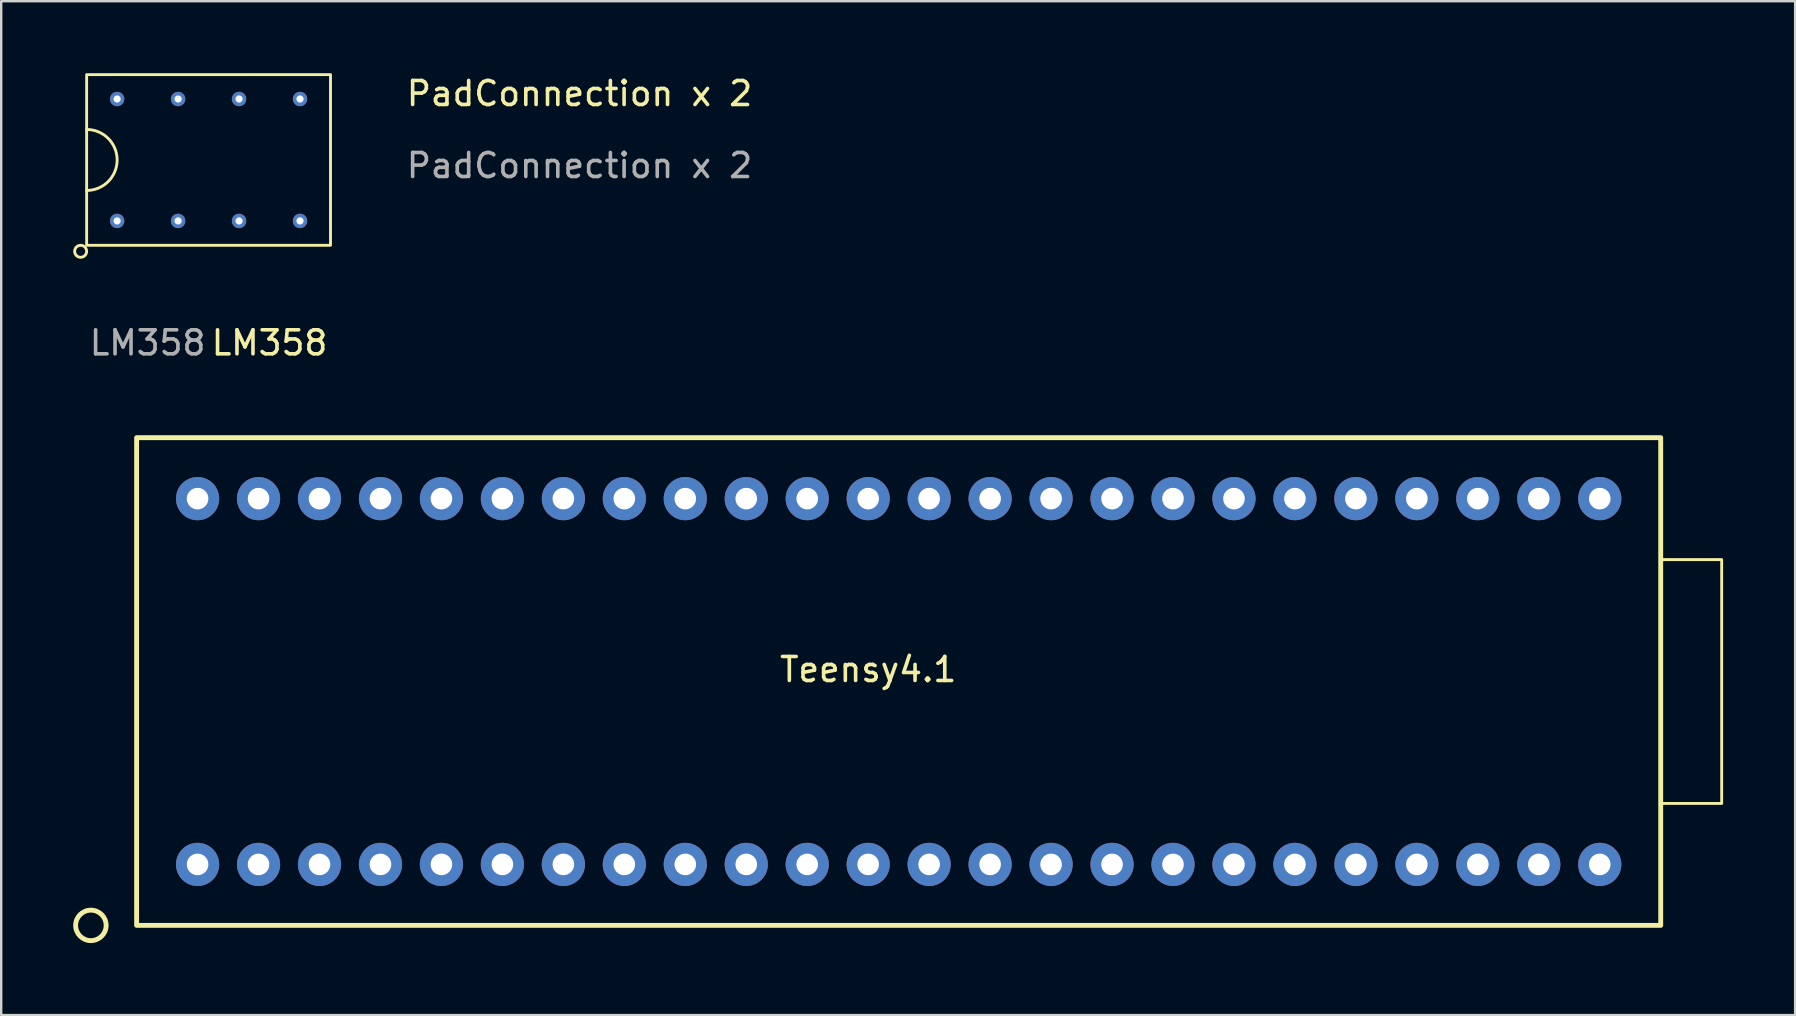
<source format=kicad_pcb>
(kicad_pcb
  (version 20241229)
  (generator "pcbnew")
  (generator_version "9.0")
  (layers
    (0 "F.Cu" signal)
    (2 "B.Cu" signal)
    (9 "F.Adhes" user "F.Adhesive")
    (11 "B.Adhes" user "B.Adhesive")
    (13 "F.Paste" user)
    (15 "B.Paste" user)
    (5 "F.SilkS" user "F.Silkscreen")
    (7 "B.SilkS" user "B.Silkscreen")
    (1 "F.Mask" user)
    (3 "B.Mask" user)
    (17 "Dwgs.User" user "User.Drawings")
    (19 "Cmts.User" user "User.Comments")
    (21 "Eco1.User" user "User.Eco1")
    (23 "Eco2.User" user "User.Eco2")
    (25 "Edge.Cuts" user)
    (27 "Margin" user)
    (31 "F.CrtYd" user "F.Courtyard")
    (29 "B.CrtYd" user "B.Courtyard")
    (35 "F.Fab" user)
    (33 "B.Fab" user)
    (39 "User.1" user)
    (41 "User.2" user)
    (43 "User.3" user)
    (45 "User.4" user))
  (footprint "PadConnection x 2"
    (layer "F.Cu")
    (at 21.095 1.348)
    (property "Reference" "PadConnection x 2" (at 0 -0.5 0) (unlocked yes) (layer "F.SilkS") (effects (font (size 1 1) (thickness 0.15))))
    (attr through_hole)
    (fp_text user "${REFERENCE}" (at 0 2.5 0) (unlocked yes) (layer "F.Fab") (effects (font (size 1 1) (thickness 0.15)))))
  (footprint "Teensy4.1"
    (layer "F.Cu")
    (at 34.392 25.345)
    (property "Reference" "Teensy4.1" (at -1.27 -0.5 0) (unlocked yes) (layer "F.SilkS") (effects (font (size 1 1) (thickness 0.15))))
    (attr through_hole)
    (fp_rect (start -31.75 10.16) (end 31.75 -10.16) (stroke (width 0.203) (type solid)) (fill no) (layer "F.SilkS"))
    (fp_rect (start 31.75 5.08) (end 34.29 -5.08) (stroke (width 0.12) (type solid)) (fill no) (layer "F.SilkS"))
    (fp_circle (center -33.655 10.16) (end -33.02 10.16) (stroke (width 0.203) (type solid)) (fill no) (layer "F.SilkS"))
    (pad "0" thru_hole circle (at -26.67 7.62) (size 1.8 1.8) (drill 0.9) (layers "*.Cu" "*.Mask"))
    (pad "1" thru_hole circle (at -24.13 7.62) (size 1.8 1.8) (drill 0.9) (layers "*.Cu" "*.Mask"))
    (pad "2" thru_hole circle (at -21.59 7.62) (size 1.8 1.8) (drill 0.9) (layers "*.Cu" "*.Mask"))
    (pad "3" thru_hole circle (at -19.05 7.62) (size 1.8 1.8) (drill 0.9) (layers "*.Cu" "*.Mask"))
    (pad "4" thru_hole circle (at -16.51 7.62) (size 1.8 1.8) (drill 0.9) (layers "*.Cu" "*.Mask"))
    (pad "5" thru_hole circle (at -13.97 7.62) (size 1.8 1.8) (drill 0.9) (layers "*.Cu" "*.Mask"))
    (pad "6" thru_hole circle (at -11.43 7.62) (size 1.8 1.8) (drill 0.9) (layers "*.Cu" "*.Mask"))
    (pad "7" thru_hole circle (at -8.89 7.62) (size 1.8 1.8) (drill 0.9) (layers "*.Cu" "*.Mask"))
    (pad "8" thru_hole circle (at -6.35 7.62) (size 1.8 1.8) (drill 0.9) (layers "*.Cu" "*.Mask"))
    (pad "9" thru_hole circle (at -3.81 7.62) (size 1.8 1.8) (drill 0.9) (layers "*.Cu" "*.Mask"))
    (pad "10" thru_hole circle (at -1.27 7.62) (size 1.8 1.8) (drill 0.9) (layers "*.Cu" "*.Mask"))
    (pad "11" thru_hole circle (at 1.27 7.62) (size 1.8 1.8) (drill 0.9) (layers "*.Cu" "*.Mask"))
    (pad "12" thru_hole circle (at 3.81 7.62) (size 1.8 1.8) (drill 0.9) (layers "*.Cu" "*.Mask"))
    (pad "13" thru_hole circle (at 3.81 -7.62) (size 1.8 1.8) (drill 0.9) (layers "*.Cu" "*.Mask"))
    (pad "14" thru_hole circle (at 1.27 -7.62) (size 1.8 1.8) (drill 0.9) (layers "*.Cu" "*.Mask"))
    (pad "15" thru_hole circle (at -1.27 -7.62) (size 1.8 1.8) (drill 0.9) (layers "*.Cu" "*.Mask"))
    (pad "16" thru_hole circle (at -3.81 -7.62) (size 1.8 1.8) (drill 0.9) (layers "*.Cu" "*.Mask"))
    (pad "17" thru_hole circle (at -6.35 -7.62) (size 1.8 1.8) (drill 0.9) (layers "*.Cu" "*.Mask"))
    (pad "18" thru_hole circle (at -8.89 -7.62) (size 1.8 1.8) (drill 0.9) (layers "*.Cu" "*.Mask"))
    (pad "19" thru_hole circle (at -11.43 -7.62) (size 1.8 1.8) (drill 0.9) (layers "*.Cu" "*.Mask"))
    (pad "20" thru_hole circle (at -13.97 -7.62) (size 1.8 1.8) (drill 0.9) (layers "*.Cu" "*.Mask"))
    (pad "21" thru_hole circle (at -16.51 -7.62) (size 1.8 1.8) (drill 0.9) (layers "*.Cu" "*.Mask"))
    (pad "22" thru_hole circle (at -19.05 -7.62) (size 1.8 1.8) (drill 0.9) (layers "*.Cu" "*.Mask"))
    (pad "23" thru_hole circle (at -21.59 -7.62) (size 1.8 1.8) (drill 0.9) (layers "*.Cu" "*.Mask"))
    (pad "24" thru_hole circle (at 8.89 7.62) (size 1.8 1.8) (drill 0.9) (layers "*.Cu" "*.Mask"))
    (pad "25" thru_hole circle (at 11.43 7.62) (size 1.8 1.8) (drill 0.9) (layers "*.Cu" "*.Mask"))
    (pad "26" thru_hole circle (at 13.97 7.62) (size 1.8 1.8) (drill 0.9) (layers "*.Cu" "*.Mask"))
    (pad "27" thru_hole circle (at 16.51 7.62) (size 1.8 1.8) (drill 0.9) (layers "*.Cu" "*.Mask"))
    (pad "28" thru_hole circle (at 19.05 7.62) (size 1.8 1.8) (drill 0.9) (layers "*.Cu" "*.Mask"))
    (pad "29" thru_hole circle (at 21.59 7.62) (size 1.8 1.8) (drill 0.9) (layers "*.Cu" "*.Mask"))
    (pad "30" thru_hole circle (at 24.13 7.62) (size 1.8 1.8) (drill 0.9) (layers "*.Cu" "*.Mask"))
    (pad "31" thru_hole circle (at 26.67 7.62) (size 1.8 1.8) (drill 0.9) (layers "*.Cu" "*.Mask"))
    (pad "32" thru_hole circle (at 29.21 7.62) (size 1.8 1.8) (drill 0.9) (layers "*.Cu" "*.Mask"))
    (pad "33" thru_hole circle (at 29.21 -7.62) (size 1.8 1.8) (drill 0.9) (layers "*.Cu" "*.Mask"))
    (pad "34" thru_hole circle (at 26.67 -7.62) (size 1.8 1.8) (drill 0.9) (layers "*.Cu" "*.Mask"))
    (pad "35" thru_hole circle (at 24.13 -7.62) (size 1.8 1.8) (drill 0.9) (layers "*.Cu" "*.Mask"))
    (pad "36" thru_hole circle (at 21.59 -7.62) (size 1.8 1.8) (drill 0.9) (layers "*.Cu" "*.Mask"))
    (pad "37" thru_hole circle (at 19.05 -7.62) (size 1.8 1.8) (drill 0.9) (layers "*.Cu" "*.Mask"))
    (pad "38" thru_hole circle (at 16.51 -7.62) (size 1.8 1.8) (drill 0.9) (layers "*.Cu" "*.Mask"))
    (pad "39" thru_hole circle (at 13.97 -7.62) (size 1.8 1.8) (drill 0.9) (layers "*.Cu" "*.Mask"))
    (pad "40" thru_hole circle (at 11.43 -7.62) (size 1.8 1.8) (drill 0.9) (layers "*.Cu" "*.Mask"))
    (pad "41" thru_hole circle (at 8.89 -7.62) (size 1.8 1.8) (drill 0.9) (layers "*.Cu" "*.Mask"))
    (pad "43" thru_hole circle (at -29.21 7.62) (size 1.8 1.8) (drill 0.9) (layers "*.Cu" "*.Mask"))
    (pad "44" thru_hole circle (at 6.35 7.62) (size 1.8 1.8) (drill 0.9) (layers "*.Cu" "*.Mask"))
    (pad "45" thru_hole circle (at -29.21 -7.62) (size 1.8 1.8) (drill 0.9) (layers "*.Cu" "*.Mask"))
    (pad "46" thru_hole circle (at -26.67 -7.62) (size 1.8 1.8) (drill 0.9) (layers "*.Cu" "*.Mask"))
    (pad "47" thru_hole circle (at -24.13 -7.62) (size 1.8 1.8) (drill 0.9) (layers "*.Cu" "*.Mask"))
    (pad "48" thru_hole circle (at 6.35 -7.62) (size 1.8 1.8) (drill 0.9) (layers "*.Cu" "*.Mask")))
  (footprint "LM358"
    (layer "F.Cu")
    (at 5.64 3.615)
    (property "Reference" "LM358" (at 2.54 7.62 0) (unlocked yes) (layer "F.SilkS") (effects (font (size 1 1) (thickness 0.15))))
    (attr through_hole)
    (fp_rect (start -5.08 3.555) (end 5.08 -3.555) (stroke (width 0.12) (type solid)) (fill no) (layer "F.SilkS"))
    (fp_arc (start -5.08 -1.27) (mid -3.81 0) (end -5.08 1.27) (stroke (width 0.12) (type solid)) (layer "F.SilkS"))
    (fp_circle (center -5.33 3.805) (end -5.08 3.805) (stroke (width 0.12) (type solid)) (fill no) (layer "F.SilkS"))
    (fp_text user "${REFERENCE}" (at -2.54 7.62 0) (unlocked yes) (layer "F.Fab") (effects (font (size 1 1) (thickness 0.15))))
    (pad "1" thru_hole circle (at -3.81 2.54) (size 0.6 0.6) (drill 0.3) (layers "*.Cu" "*.Mask"))
    (pad "2" thru_hole circle (at -1.27 2.54) (size 0.6 0.6) (drill 0.3) (layers "*.Cu" "*.Mask"))
    (pad "3" thru_hole circle (at 1.27 2.54) (size 0.6 0.6) (drill 0.3) (layers "*.Cu" "*.Mask"))
    (pad "4" thru_hole circle (at 3.81 2.54) (size 0.6 0.6) (drill 0.3) (layers "*.Cu" "*.Mask"))
    (pad "5" thru_hole circle (at 3.81 -2.54) (size 0.6 0.6) (drill 0.3) (layers "*.Cu" "*.Mask"))
    (pad "6" thru_hole circle (at 1.27 -2.54) (size 0.6 0.6) (drill 0.3) (layers "*.Cu" "*.Mask"))
    (pad "7" thru_hole circle (at -1.27 -2.54) (size 0.6 0.6) (drill 0.3) (layers "*.Cu" "*.Mask"))
    (pad "8" thru_hole circle (at -3.81 -2.54) (size 0.6 0.6) (drill 0.3) (layers "*.Cu" "*.Mask")))
  (gr_rect
    (start -3 -3)
    (end 71.742 39.241)
    (stroke (width 0.1) (type default))
    (fill no)
    (layer "Edge.Cuts")))
</source>
